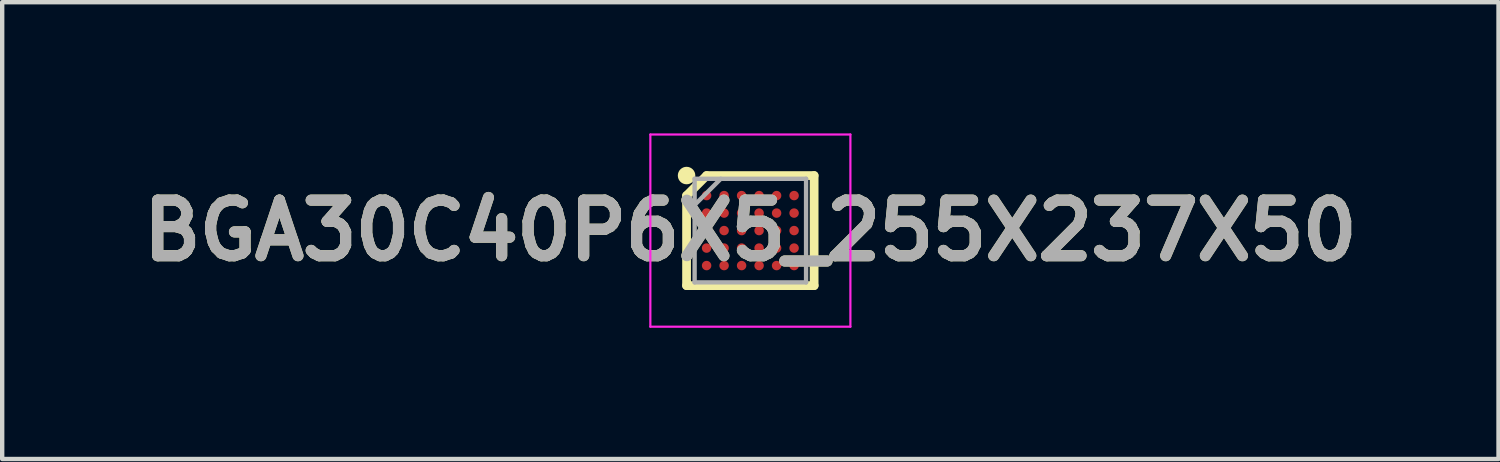
<source format=kicad_pcb>
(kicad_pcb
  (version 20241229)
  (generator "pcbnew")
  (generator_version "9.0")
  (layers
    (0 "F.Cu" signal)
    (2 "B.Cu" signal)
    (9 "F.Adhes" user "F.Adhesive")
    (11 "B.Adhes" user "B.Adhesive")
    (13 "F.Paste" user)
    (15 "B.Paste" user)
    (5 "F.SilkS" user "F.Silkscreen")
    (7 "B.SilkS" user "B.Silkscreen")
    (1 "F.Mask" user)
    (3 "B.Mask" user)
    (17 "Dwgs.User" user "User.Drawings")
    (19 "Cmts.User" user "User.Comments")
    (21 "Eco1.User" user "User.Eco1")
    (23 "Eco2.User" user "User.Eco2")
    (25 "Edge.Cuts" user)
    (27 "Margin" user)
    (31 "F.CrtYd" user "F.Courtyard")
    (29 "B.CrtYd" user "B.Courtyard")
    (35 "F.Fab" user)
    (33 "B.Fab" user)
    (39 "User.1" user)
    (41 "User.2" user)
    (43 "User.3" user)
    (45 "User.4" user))
  (footprint "BGA30C40P6X5_255X237X50"
    (layer "F.Cu")
    (at 14.103 2.221)
    (property "Reference" "BGA30C40P6X5_255X237X50" (at 0 0 0) (layer "F.SilkS") (effects (font (size 1.27 1.27) (thickness 0.254))))
    (attr smd)
    (fp_line (start -1.458 -0.8) (end -1 -1.258) (stroke (width 0.2) (type solid)) (layer "F.SilkS"))
    (fp_line (start -1.458 1.258) (end -1.458 -0.8) (stroke (width 0.2) (type solid)) (layer "F.SilkS"))
    (fp_line (start -1 -1.258) (end 1.458 -1.258) (stroke (width 0.2) (type solid)) (layer "F.SilkS"))
    (fp_line (start 1.458 -1.258) (end 1.458 1.258) (stroke (width 0.2) (type solid)) (layer "F.SilkS"))
    (fp_line (start 1.458 1.258) (end -1.458 1.258) (stroke (width 0.2) (type solid)) (layer "F.SilkS"))
    (fp_circle (center -1.458 -1.258) (end -1.458 -1.158) (stroke (width 0.2) (type solid)) (fill no) (layer "F.SilkS"))
    (fp_line (start -2.286 -2.196) (end 2.287 -2.196) (stroke (width 0.05) (type solid)) (layer "F.CrtYd"))
    (fp_line (start -2.286 2.197) (end -2.286 -2.196) (stroke (width 0.05) (type solid)) (layer "F.CrtYd"))
    (fp_line (start 2.287 -2.196) (end 2.287 2.197) (stroke (width 0.05) (type solid)) (layer "F.CrtYd"))
    (fp_line (start 2.287 2.197) (end -2.286 2.197) (stroke (width 0.05) (type solid)) (layer "F.CrtYd"))
    (fp_line (start -1.274 -1.184) (end 1.274 -1.184) (stroke (width 0.1) (type solid)) (layer "F.Fab"))
    (fp_line (start -1.274 -0.586) (end -0.676 -1.184) (stroke (width 0.1) (type solid)) (layer "F.Fab"))
    (fp_line (start -1.274 1.184) (end -1.274 -1.184) (stroke (width 0.1) (type solid)) (layer "F.Fab"))
    (fp_line (start 1.274 -1.184) (end 1.274 1.184) (stroke (width 0.1) (type solid)) (layer "F.Fab"))
    (fp_line (start 1.274 1.184) (end -1.274 1.184) (stroke (width 0.1) (type solid)) (layer "F.Fab"))
    (fp_text user "${REFERENCE}" (at 0 0 0) (layer "F.Fab") (effects (font (size 1.27 1.27) (thickness 0.254))))
    (pad "A1" smd circle (at -1 -0.8 90) (size 0.216 0.216) (layers "F.Cu" "F.Mask" "F.Paste"))
    (pad "A2" smd circle (at -0.6 -0.8 90) (size 0.216 0.216) (layers "F.Cu" "F.Mask" "F.Paste"))
    (pad "A3" smd circle (at -0.2 -0.8 90) (size 0.216 0.216) (layers "F.Cu" "F.Mask" "F.Paste"))
    (pad "A4" smd circle (at 0.2 -0.8 90) (size 0.216 0.216) (layers "F.Cu" "F.Mask" "F.Paste"))
    (pad "A5" smd circle (at 0.6 -0.8 90) (size 0.216 0.216) (layers "F.Cu" "F.Mask" "F.Paste"))
    (pad "A6" smd circle (at 1 -0.8 90) (size 0.216 0.216) (layers "F.Cu" "F.Mask" "F.Paste"))
    (pad "B1" smd circle (at -1 -0.4 90) (size 0.216 0.216) (layers "F.Cu" "F.Mask" "F.Paste"))
    (pad "B2" smd circle (at -0.6 -0.4 90) (size 0.216 0.216) (layers "F.Cu" "F.Mask" "F.Paste"))
    (pad "B3" smd circle (at -0.2 -0.4 90) (size 0.216 0.216) (layers "F.Cu" "F.Mask" "F.Paste"))
    (pad "B4" smd circle (at 0.2 -0.4 90) (size 0.216 0.216) (layers "F.Cu" "F.Mask" "F.Paste"))
    (pad "B5" smd circle (at 0.6 -0.4 90) (size 0.216 0.216) (layers "F.Cu" "F.Mask" "F.Paste"))
    (pad "B6" smd circle (at 1 -0.4 90) (size 0.216 0.216) (layers "F.Cu" "F.Mask" "F.Paste"))
    (pad "C1" smd circle (at -1 0 90) (size 0.216 0.216) (layers "F.Cu" "F.Mask" "F.Paste"))
    (pad "C2" smd circle (at -0.6 0 90) (size 0.216 0.216) (layers "F.Cu" "F.Mask" "F.Paste"))
    (pad "C3" smd circle (at -0.2 0 90) (size 0.216 0.216) (layers "F.Cu" "F.Mask" "F.Paste"))
    (pad "C4" smd circle (at 0.2 0 90) (size 0.216 0.216) (layers "F.Cu" "F.Mask" "F.Paste"))
    (pad "C5" smd circle (at 0.6 0 90) (size 0.216 0.216) (layers "F.Cu" "F.Mask" "F.Paste"))
    (pad "C6" smd circle (at 1 0 90) (size 0.216 0.216) (layers "F.Cu" "F.Mask" "F.Paste"))
    (pad "D1" smd circle (at -1 0.4 90) (size 0.216 0.216) (layers "F.Cu" "F.Mask" "F.Paste"))
    (pad "D2" smd circle (at -0.6 0.4 90) (size 0.216 0.216) (layers "F.Cu" "F.Mask" "F.Paste"))
    (pad "D3" smd circle (at -0.2 0.4 90) (size 0.216 0.216) (layers "F.Cu" "F.Mask" "F.Paste"))
    (pad "D4" smd circle (at 0.2 0.4 90) (size 0.216 0.216) (layers "F.Cu" "F.Mask" "F.Paste"))
    (pad "D5" smd circle (at 0.6 0.4 90) (size 0.216 0.216) (layers "F.Cu" "F.Mask" "F.Paste"))
    (pad "D6" smd circle (at 1 0.4 90) (size 0.216 0.216) (layers "F.Cu" "F.Mask" "F.Paste"))
    (pad "E1" smd circle (at -1 0.8 90) (size 0.216 0.216) (layers "F.Cu" "F.Mask" "F.Paste"))
    (pad "E2" smd circle (at -0.6 0.8 90) (size 0.216 0.216) (layers "F.Cu" "F.Mask" "F.Paste"))
    (pad "E3" smd circle (at -0.2 0.8 90) (size 0.216 0.216) (layers "F.Cu" "F.Mask" "F.Paste"))
    (pad "E4" smd circle (at 0.2 0.8 90) (size 0.216 0.216) (layers "F.Cu" "F.Mask" "F.Paste"))
    (pad "E5" smd circle (at 0.6 0.8 90) (size 0.216 0.216) (layers "F.Cu" "F.Mask" "F.Paste"))
    (pad "E6" smd circle (at 1 0.8 90) (size 0.216 0.216) (layers "F.Cu" "F.Mask" "F.Paste")))
  (gr_rect
    (start -3 -3)
    (end 31.206 7.443)
    (stroke (width 0.1) (type default))
    (fill no)
    (layer "Edge.Cuts")))
</source>
